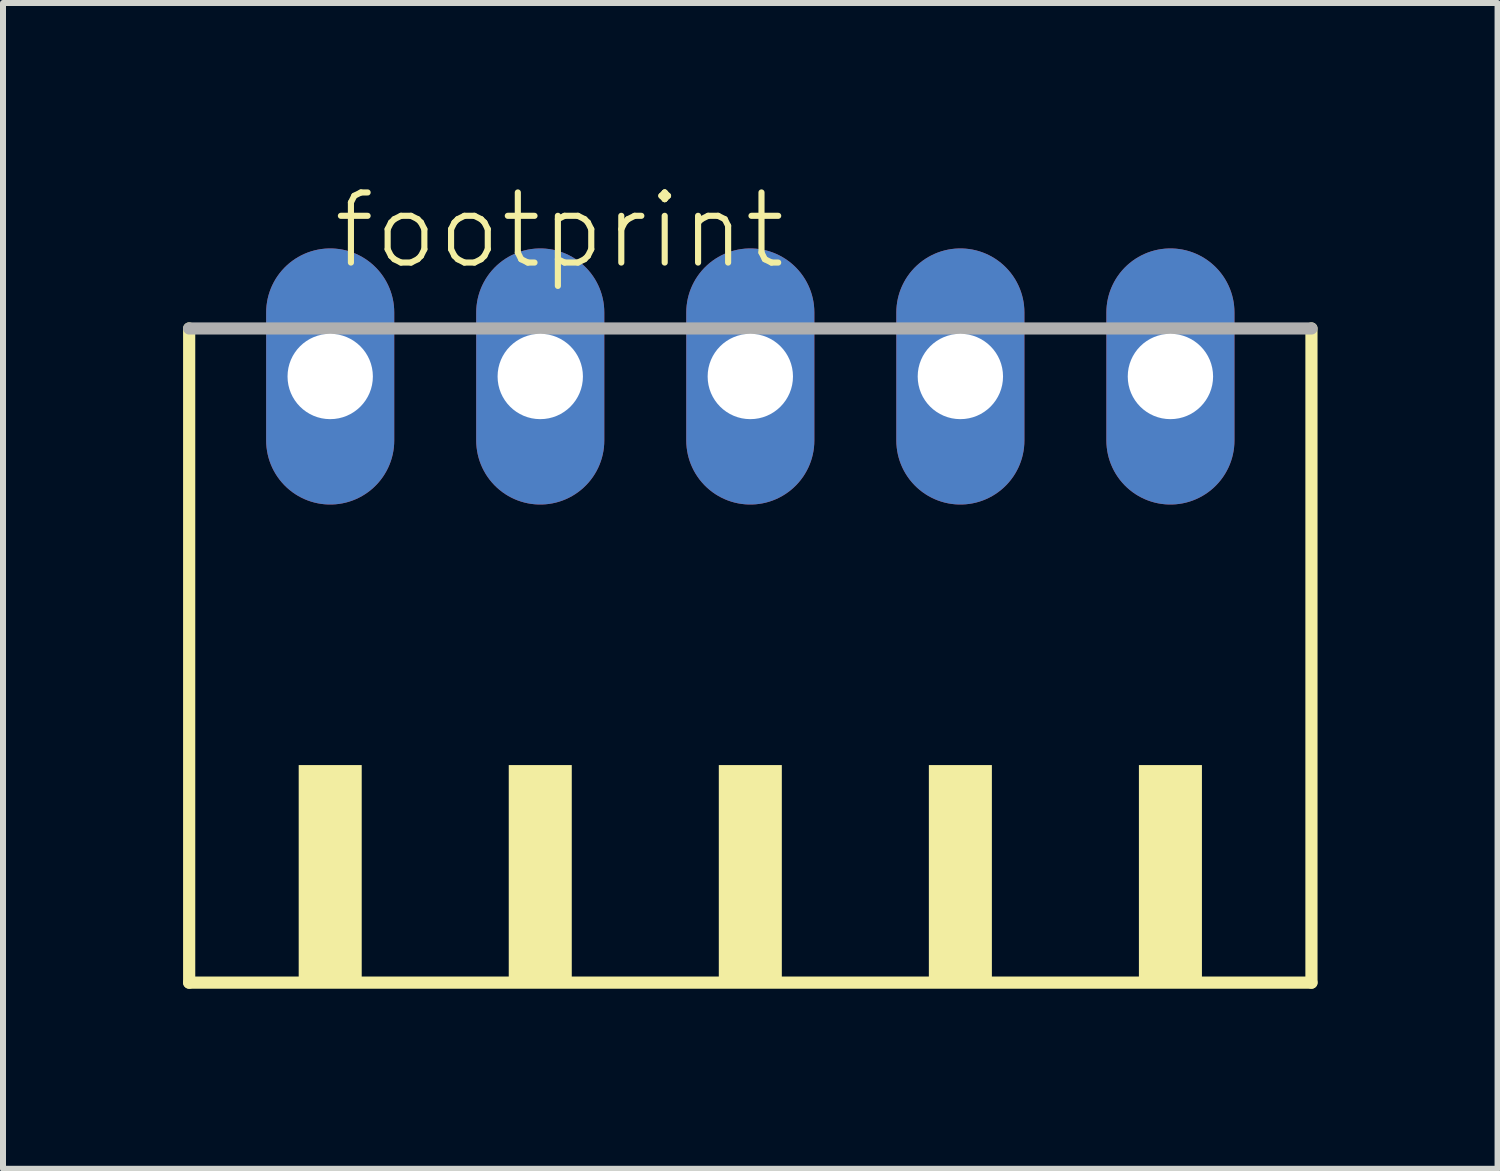
<source format=kicad_pcb>
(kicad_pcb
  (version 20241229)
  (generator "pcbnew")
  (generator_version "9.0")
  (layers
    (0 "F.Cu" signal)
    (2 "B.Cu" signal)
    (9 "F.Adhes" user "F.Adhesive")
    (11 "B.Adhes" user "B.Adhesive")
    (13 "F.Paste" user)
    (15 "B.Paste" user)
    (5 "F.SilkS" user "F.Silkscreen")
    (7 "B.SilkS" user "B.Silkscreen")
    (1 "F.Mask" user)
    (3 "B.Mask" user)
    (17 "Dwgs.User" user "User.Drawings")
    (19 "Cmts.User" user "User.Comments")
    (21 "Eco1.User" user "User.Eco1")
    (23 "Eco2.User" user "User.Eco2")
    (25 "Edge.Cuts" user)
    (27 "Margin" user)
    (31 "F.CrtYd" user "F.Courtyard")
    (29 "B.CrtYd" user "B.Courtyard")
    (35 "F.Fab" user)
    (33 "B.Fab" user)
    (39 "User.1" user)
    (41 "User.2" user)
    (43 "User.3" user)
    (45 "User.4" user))
  (footprint "footprint"
    (layer "F.Cu")
    (at 9.452 8.473)
    (property "Reference" "footprint" (at -7 -7 0) (layer "F.SilkS") (effects (font (size 1.168 1.168) (thickness 0.102)) (justify left bottom)))
    (fp_line (start -9.35 -6.05) (end -9.35 4.85) (stroke (width 0.203) (type solid)) (layer "F.SilkS"))
    (fp_line (start -9.35 4.85) (end 9.35 4.85) (stroke (width 0.203) (type solid)) (layer "F.SilkS"))
    (fp_line (start 9.35 4.85) (end 9.35 -6.05) (stroke (width 0.203) (type solid)) (layer "F.SilkS"))
    (fp_poly (pts (xy -7.525 4.9) (xy -6.475 4.9) (xy -6.475 1.225) (xy -7.525 1.225)) (stroke (width 0) (type solid)) (fill yes) (layer "F.SilkS"))
    (fp_poly (pts (xy -4.025 4.9) (xy -2.975 4.9) (xy -2.975 1.225) (xy -4.025 1.225)) (stroke (width 0) (type solid)) (fill yes) (layer "F.SilkS"))
    (fp_poly (pts (xy -0.525 4.9) (xy 0.525 4.9) (xy 0.525 1.225) (xy -0.525 1.225)) (stroke (width 0) (type solid)) (fill yes) (layer "F.SilkS"))
    (fp_poly (pts (xy 2.975 4.9) (xy 4.025 4.9) (xy 4.025 1.225) (xy 2.975 1.225)) (stroke (width 0) (type solid)) (fill yes) (layer "F.SilkS"))
    (fp_poly (pts (xy 6.475 4.9) (xy 7.525 4.9) (xy 7.525 1.225) (xy 6.475 1.225)) (stroke (width 0) (type solid)) (fill yes) (layer "F.SilkS"))
    (fp_line (start 9.35 -6.05) (end -9.35 -6.05) (stroke (width 0.203) (type solid)) (layer "F.Fab"))
    (pad "1" thru_hole oval (at -7 -5.25 90) (size 4.267 2.134) (drill 1.422) (layers "*.Cu" "*.Mask"))
    (pad "2" thru_hole oval (at -3.5 -5.25 90) (size 4.267 2.134) (drill 1.422) (layers "*.Cu" "*.Mask"))
    (pad "3" thru_hole oval (at 0 -5.25 90) (size 4.267 2.134) (drill 1.422) (layers "*.Cu" "*.Mask"))
    (pad "4" thru_hole oval (at 3.5 -5.25 90) (size 4.267 2.134) (drill 1.422) (layers "*.Cu" "*.Mask"))
    (pad "5" thru_hole oval (at 7 -5.25 90) (size 4.267 2.134) (drill 1.422) (layers "*.Cu" "*.Mask")))
  (gr_rect
    (start -3 -3)
    (end 21.903 16.425)
    (stroke (width 0.1) (type default))
    (fill no)
    (layer "Edge.Cuts")))
</source>
